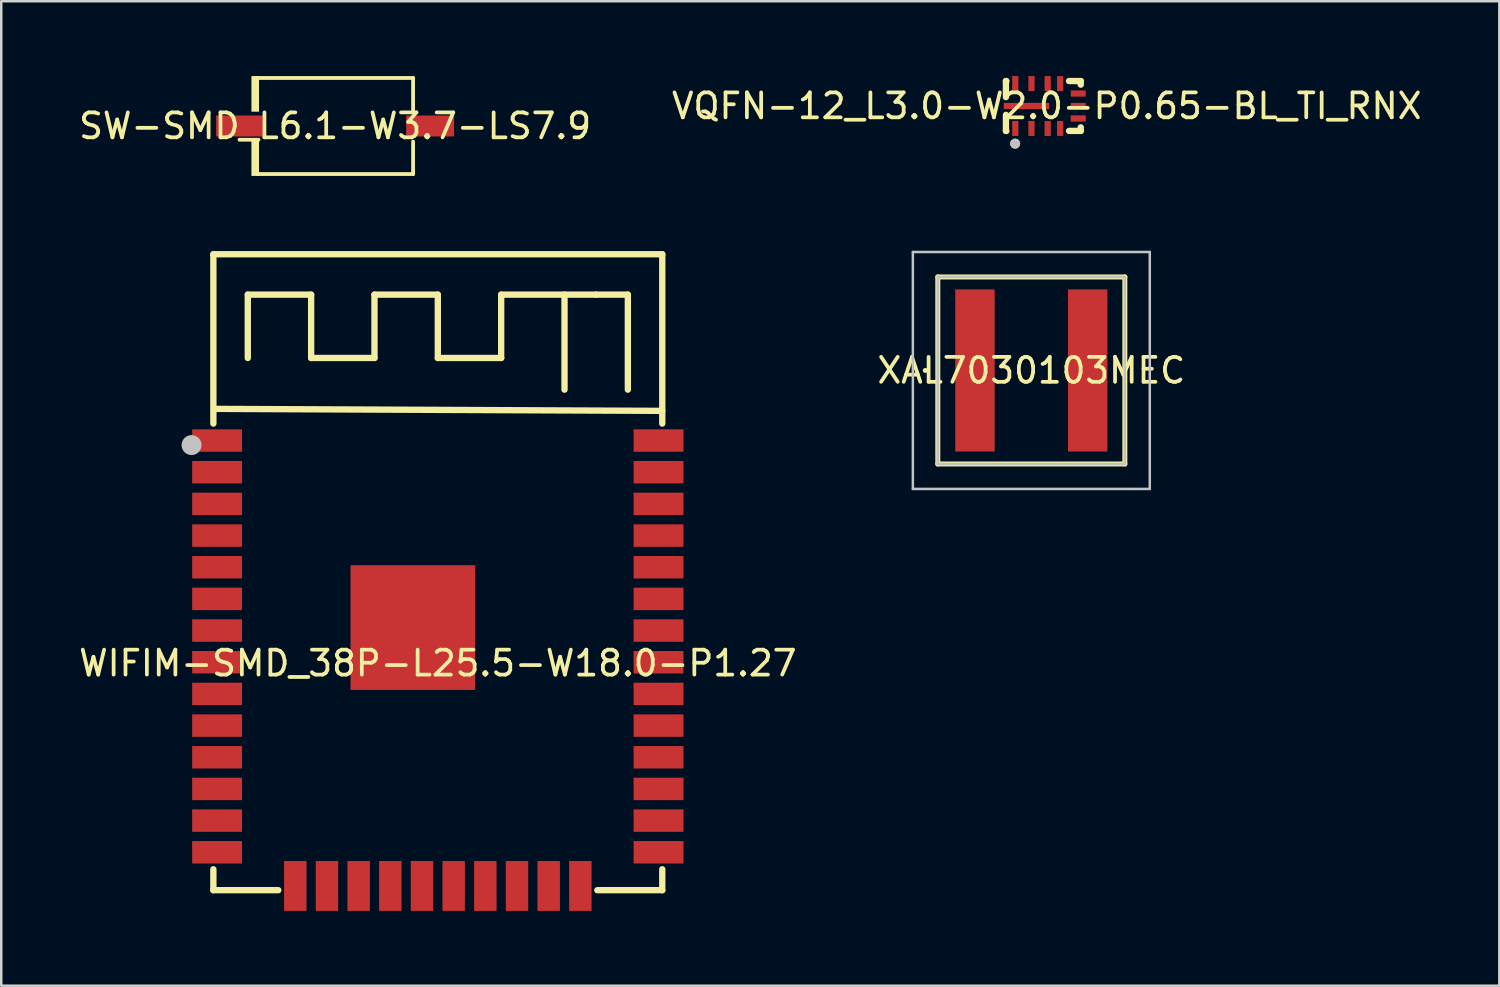
<source format=kicad_pcb>
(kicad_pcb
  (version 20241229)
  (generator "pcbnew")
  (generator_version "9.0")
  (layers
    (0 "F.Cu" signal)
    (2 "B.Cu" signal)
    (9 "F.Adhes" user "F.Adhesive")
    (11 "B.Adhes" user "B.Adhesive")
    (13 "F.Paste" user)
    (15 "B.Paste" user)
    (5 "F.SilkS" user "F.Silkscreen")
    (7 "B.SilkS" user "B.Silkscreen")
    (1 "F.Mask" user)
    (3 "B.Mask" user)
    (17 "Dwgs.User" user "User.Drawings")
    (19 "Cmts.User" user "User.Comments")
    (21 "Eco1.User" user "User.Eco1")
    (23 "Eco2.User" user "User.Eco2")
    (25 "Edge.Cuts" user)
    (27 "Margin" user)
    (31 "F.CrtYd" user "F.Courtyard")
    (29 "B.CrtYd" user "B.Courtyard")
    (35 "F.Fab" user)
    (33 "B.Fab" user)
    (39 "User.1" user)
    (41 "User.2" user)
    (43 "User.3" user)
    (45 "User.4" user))
  (footprint "VQFN-12_L3.0-W2.0-P0.65-BL_TI_RNX"
    (layer "F.Cu")
    (at 38.923 1.2)
    (property "Reference" "VQFN-12_L3.0-W2.0-P0.65-BL_TI_RNX" (at 0 0 0) (layer "F.SilkS") (effects (font (size 1 1) (thickness 0.15))))
    (fp_line (start -1.637 -1) (end -1.619 -1) (stroke (width 0.254) (type default)) (layer "F.SilkS"))
    (fp_line (start -1.637 -0.356) (end -1.637 -1) (stroke (width 0.254) (type default)) (layer "F.SilkS"))
    (fp_line (start -1.637 1) (end -1.637 0.356) (stroke (width 0.254) (type default)) (layer "F.SilkS"))
    (fp_line (start -1.637 1) (end -1.619 1) (stroke (width 0.254) (type default)) (layer "F.SilkS"))
    (fp_line (start 0.893 -1) (end 1.363 -1) (stroke (width 0.254) (type default)) (layer "F.SilkS"))
    (fp_line (start 0.893 1) (end 1.363 1) (stroke (width 0.254) (type default)) (layer "F.SilkS"))
    (fp_line (start 1.363 -1) (end 1.363 -0.856) (stroke (width 0.254) (type default)) (layer "F.SilkS"))
    (fp_line (start 1.363 0.856) (end 1.363 1) (stroke (width 0.254) (type default)) (layer "F.SilkS"))
    (fp_circle (center -1.268 1.51) (end -1.167 1.51) (stroke (width 0.2) (type default)) (fill no) (layer "F.SilkS"))
    (fp_circle (center -1.268 1.51) (end -1.167 1.51) (stroke (width 0.2) (type default)) (fill no) (layer "Dwgs.User"))
    (fp_poly (pts (xy -1.5 0.125) (xy -1.5 -0.125) (xy 0.125 -0.125) (xy 0.125 0.125)) (stroke (width 0.1) (type default)) (fill no) (layer "User.1"))
    (fp_poly (pts (xy -1.387 0.6) (xy -1.137 0.6) (xy -1.137 1) (xy -1.387 1)) (stroke (width 0.1) (type default)) (fill no) (layer "User.1"))
    (fp_poly (pts (xy -1.137 -0.6) (xy -1.387 -0.6) (xy -1.387 -1) (xy -1.137 -1)) (stroke (width 0.1) (type default)) (fill no) (layer "User.1"))
    (fp_poly (pts (xy -0.738 0.6) (xy -0.487 0.6) (xy -0.487 1) (xy -0.738 1)) (stroke (width 0.1) (type default)) (fill no) (layer "User.1"))
    (fp_poly (pts (xy -0.487 -0.6) (xy -0.738 -0.6) (xy -0.738 -1) (xy -0.487 -1)) (stroke (width 0.1) (type default)) (fill no) (layer "User.1"))
    (fp_poly (pts (xy -0.087 0.6) (xy 0.163 0.6) (xy 0.163 1) (xy -0.087 1)) (stroke (width 0.1) (type default)) (fill no) (layer "User.1"))
    (fp_poly (pts (xy 0.163 -0.6) (xy -0.087 -0.6) (xy -0.087 -1) (xy 0.163 -1)) (stroke (width 0.1) (type default)) (fill no) (layer "User.1"))
    (fp_poly (pts (xy 0.412 0.6) (xy 0.662 0.6) (xy 0.662 1) (xy 0.412 1)) (stroke (width 0.1) (type default)) (fill no) (layer "User.1"))
    (fp_poly (pts (xy 0.662 -0.6) (xy 0.412 -0.6) (xy 0.412 -1) (xy 0.662 -1)) (stroke (width 0.1) (type default)) (fill no) (layer "User.1"))
    (fp_poly (pts (xy 1.5 -0.625) (xy 1.5 -0.375) (xy 1.1 -0.375) (xy 1.1 -0.625)) (stroke (width 0.1) (type default)) (fill no) (layer "User.1"))
    (fp_poly (pts (xy 1.5 -0.125) (xy 1.5 0.125) (xy 1.1 0.125) (xy 1.1 -0.125)) (stroke (width 0.1) (type default)) (fill no) (layer "User.1"))
    (fp_poly (pts (xy 1.5 0.375) (xy 1.5 0.625) (xy 1.1 0.625) (xy 1.1 0.375)) (stroke (width 0.1) (type default)) (fill no) (layer "User.1"))
    (fp_line (start -1.5 -1) (end 1.5 -1) (stroke (width 0.051) (type default)) (layer "User.2"))
    (fp_line (start -1.5 1) (end -1.5 -1) (stroke (width 0.051) (type default)) (layer "User.2"))
    (fp_line (start 1.5 -1) (end 1.5 1) (stroke (width 0.051) (type default)) (layer "User.2"))
    (fp_line (start 1.5 1) (end -1.5 1) (stroke (width 0.051) (type default)) (layer "User.2"))
    (fp_poly (pts (xy -1.44 1) (xy -1.458 0.958) (xy -1.5 0.94) (xy -1.542 0.958) (xy -1.56 1) (xy -1.542 1.042) (xy -1.5 1.06) (xy -1.458 1.042)) (stroke (width 0.1) (type default)) (fill no) (layer "User.3"))
    (pad "1" smd rect (at -1.262 0.9) (size 0.25 0.6) (layers "F.Cu" "F.Mask" "F.Paste"))
    (pad "2" smd rect (at -0.613 0.9) (size 0.25 0.6) (layers "F.Cu" "F.Mask" "F.Paste"))
    (pad "3" smd rect (at 0.037 0.9) (size 0.25 0.6) (layers "F.Cu" "F.Mask" "F.Paste"))
    (pad "4" smd rect (at 0.537 0.9) (size 0.25 0.6) (layers "F.Cu" "F.Mask" "F.Paste"))
    (pad "5" smd rect (at 1.262 0.5 90) (size 0.25 0.6) (layers "F.Cu" "F.Mask" "F.Paste"))
    (pad "6" smd rect (at 1.262 0 90) (size 0.25 0.6) (layers "F.Cu" "F.Mask" "F.Paste"))
    (pad "7" smd rect (at 1.262 -0.5 90) (size 0.25 0.6) (layers "F.Cu" "F.Mask" "F.Paste"))
    (pad "8" smd rect (at 0.537 -0.9 180) (size 0.25 0.6) (layers "F.Cu" "F.Mask" "F.Paste"))
    (pad "9" smd rect (at 0.037 -0.9 180) (size 0.25 0.6) (layers "F.Cu" "F.Mask" "F.Paste"))
    (pad "10" smd rect (at -0.613 -0.9 180) (size 0.25 0.6) (layers "F.Cu" "F.Mask" "F.Paste"))
    (pad "11" smd rect (at -1.262 -0.9 180) (size 0.25 0.6) (layers "F.Cu" "F.Mask" "F.Paste"))
    (pad "12" smd rect (at -0.812 0 270) (size 0.25 1.825) (layers "F.Cu" "F.Mask" "F.Paste")))
  (footprint "WIFIM-SMD_38P-L25.5-W18.0-P1.27"
    (layer "F.Cu")
    (at 14.506 23.545)
    (property "Reference" "WIFIM-SMD_38P-L25.5-W18.0-P1.27" (at 0 0 0) (layer "F.SilkS") (effects (font (size 1 1) (thickness 0.15))))
    (fp_line (start -9 -16.4) (end 9 -16.4) (stroke (width 0.254) (type default)) (layer "F.SilkS"))
    (fp_line (start -9 -9.611) (end -9 -16.4) (stroke (width 0.254) (type default)) (layer "F.SilkS"))
    (fp_line (start -9 9.1) (end -9 8.261) (stroke (width 0.254) (type default)) (layer "F.SilkS"))
    (fp_line (start -8.98 -10.2) (end 9 -10.12) (stroke (width 0.254) (type default)) (layer "F.SilkS"))
    (fp_line (start -7.62 -14.78) (end -5.08 -14.78) (stroke (width 0.254) (type default)) (layer "F.SilkS"))
    (fp_line (start -7.62 -12.24) (end -7.62 -14.78) (stroke (width 0.254) (type default)) (layer "F.SilkS"))
    (fp_line (start -6.396 9.1) (end -9 9.1) (stroke (width 0.254) (type default)) (layer "F.SilkS"))
    (fp_line (start -5.08 -14.78) (end -5.08 -12.24) (stroke (width 0.254) (type default)) (layer "F.SilkS"))
    (fp_line (start -5.08 -12.24) (end -2.54 -12.24) (stroke (width 0.254) (type default)) (layer "F.SilkS"))
    (fp_line (start -2.54 -14.78) (end 0 -14.78) (stroke (width 0.254) (type default)) (layer "F.SilkS"))
    (fp_line (start -2.54 -12.24) (end -2.54 -14.78) (stroke (width 0.254) (type default)) (layer "F.SilkS"))
    (fp_line (start 0 -14.78) (end 0 -12.24) (stroke (width 0.254) (type default)) (layer "F.SilkS"))
    (fp_line (start 0 -12.24) (end 2.54 -12.24) (stroke (width 0.254) (type default)) (layer "F.SilkS"))
    (fp_line (start 2.54 -14.78) (end 6.35 -14.78) (stroke (width 0.254) (type default)) (layer "F.SilkS"))
    (fp_line (start 2.54 -12.24) (end 2.54 -14.78) (stroke (width 0.254) (type default)) (layer "F.SilkS"))
    (fp_line (start 5.08 -14.78) (end 5.08 -10.97) (stroke (width 0.254) (type default)) (layer "F.SilkS"))
    (fp_line (start 6.35 -14.78) (end 7.62 -14.78) (stroke (width 0.254) (type default)) (layer "F.SilkS"))
    (fp_line (start 7.62 -14.78) (end 7.62 -10.97) (stroke (width 0.254) (type default)) (layer "F.SilkS"))
    (fp_line (start 9 -16.4) (end 9 -9.611) (stroke (width 0.254) (type default)) (layer "F.SilkS"))
    (fp_line (start 9 8.261) (end 9 9.1) (stroke (width 0.254) (type default)) (layer "F.SilkS"))
    (fp_line (start 9 9.1) (end 6.396 9.1) (stroke (width 0.254) (type default)) (layer "F.SilkS"))
    (fp_circle (center -9.875 -8.748) (end -9.675 -8.748) (stroke (width 0.4) (type default)) (fill no) (layer "Dwgs.User"))
    (fp_poly (pts (xy -8.1 -8.505) (xy -9 -8.505) (xy -9 -9.355) (xy -8.1 -9.355)) (stroke (width 0.1) (type default)) (fill no) (layer "User.1"))
    (fp_poly (pts (xy -8.1 -7.235) (xy -9 -7.235) (xy -9 -8.085) (xy -8.1 -8.085)) (stroke (width 0.1) (type default)) (fill no) (layer "User.1"))
    (fp_poly (pts (xy -8.1 -5.965) (xy -9 -5.965) (xy -9 -6.815) (xy -8.1 -6.815)) (stroke (width 0.1) (type default)) (fill no) (layer "User.1"))
    (fp_poly (pts (xy -8.1 -4.695) (xy -9 -4.695) (xy -9 -5.545) (xy -8.1 -5.545)) (stroke (width 0.1) (type default)) (fill no) (layer "User.1"))
    (fp_poly (pts (xy -8.1 -3.425) (xy -9 -3.425) (xy -9 -4.275) (xy -8.1 -4.275)) (stroke (width 0.1) (type default)) (fill no) (layer "User.1"))
    (fp_poly (pts (xy -8.1 -2.155) (xy -9 -2.155) (xy -9 -3.005) (xy -8.1 -3.005)) (stroke (width 0.1) (type default)) (fill no) (layer "User.1"))
    (fp_poly (pts (xy -8.1 -0.885) (xy -9 -0.885) (xy -9 -1.735) (xy -8.1 -1.735)) (stroke (width 0.1) (type default)) (fill no) (layer "User.1"))
    (fp_poly (pts (xy -8.1 0.385) (xy -9 0.385) (xy -9 -0.465) (xy -8.1 -0.465)) (stroke (width 0.1) (type default)) (fill no) (layer "User.1"))
    (fp_poly (pts (xy -8.1 1.655) (xy -9 1.655) (xy -9 0.805) (xy -8.1 0.805)) (stroke (width 0.1) (type default)) (fill no) (layer "User.1"))
    (fp_poly (pts (xy -8.1 2.925) (xy -9 2.925) (xy -9 2.075) (xy -8.1 2.075)) (stroke (width 0.1) (type default)) (fill no) (layer "User.1"))
    (fp_poly (pts (xy -8.1 4.195) (xy -9 4.195) (xy -9 3.345) (xy -8.1 3.345)) (stroke (width 0.1) (type default)) (fill no) (layer "User.1"))
    (fp_poly (pts (xy -8.1 5.465) (xy -9 5.465) (xy -9 4.615) (xy -8.1 4.615)) (stroke (width 0.1) (type default)) (fill no) (layer "User.1"))
    (fp_poly (pts (xy -8.1 6.735) (xy -9 6.735) (xy -9 5.885) (xy -8.1 5.885)) (stroke (width 0.1) (type default)) (fill no) (layer "User.1"))
    (fp_poly (pts (xy -8.1 8.005) (xy -9 8.005) (xy -9 7.155) (xy -8.1 7.155)) (stroke (width 0.1) (type default)) (fill no) (layer "User.1"))
    (fp_poly (pts (xy -6.14 9.07) (xy -6.14 8.17) (xy -5.29 8.17) (xy -5.29 9.07)) (stroke (width 0.1) (type default)) (fill no) (layer "User.1"))
    (fp_poly (pts (xy -4.87 9.07) (xy -4.87 8.17) (xy -4.02 8.17) (xy -4.02 9.07)) (stroke (width 0.1) (type default)) (fill no) (layer "User.1"))
    (fp_poly (pts (xy -3.6 9.07) (xy -3.6 8.17) (xy -2.75 8.17) (xy -2.75 9.07)) (stroke (width 0.1) (type default)) (fill no) (layer "User.1"))
    (fp_poly (pts (xy -2.33 9.07) (xy -2.33 8.17) (xy -1.48 8.17) (xy -1.48 9.07)) (stroke (width 0.1) (type default)) (fill no) (layer "User.1"))
    (fp_poly (pts (xy -1.06 9.07) (xy -1.06 8.17) (xy -0.21 8.17) (xy -0.21 9.07)) (stroke (width 0.1) (type default)) (fill no) (layer "User.1"))
    (fp_poly (pts (xy 0.21 9.07) (xy 0.21 8.17) (xy 1.06 8.17) (xy 1.06 9.07)) (stroke (width 0.1) (type default)) (fill no) (layer "User.1"))
    (fp_poly (pts (xy 1.5 1.07) (xy -3.5 1.07) (xy -3.5 -3.93) (xy 1.5 -3.93)) (stroke (width 0.1) (type default)) (fill no) (layer "User.1"))
    (fp_poly (pts (xy 2.33 8.17) (xy 2.33 9.07) (xy 1.48 9.07) (xy 1.48 8.17)) (stroke (width 0.1) (type default)) (fill no) (layer "User.1"))
    (fp_poly (pts (xy 3.6 8.17) (xy 3.6 9.07) (xy 2.75 9.07) (xy 2.75 8.17)) (stroke (width 0.1) (type default)) (fill no) (layer "User.1"))
    (fp_poly (pts (xy 4.87 8.17) (xy 4.87 9.07) (xy 4.02 9.07) (xy 4.02 8.17)) (stroke (width 0.1) (type default)) (fill no) (layer "User.1"))
    (fp_poly (pts (xy 6.14 8.17) (xy 6.14 9.07) (xy 5.29 9.07) (xy 5.29 8.17)) (stroke (width 0.1) (type default)) (fill no) (layer "User.1"))
    (fp_poly (pts (xy 9 -8.505) (xy 8.1 -8.505) (xy 8.1 -9.355) (xy 9 -9.355)) (stroke (width 0.1) (type default)) (fill no) (layer "User.1"))
    (fp_poly (pts (xy 9 -7.235) (xy 8.1 -7.235) (xy 8.1 -8.085) (xy 9 -8.085)) (stroke (width 0.1) (type default)) (fill no) (layer "User.1"))
    (fp_poly (pts (xy 9 -5.965) (xy 8.1 -5.965) (xy 8.1 -6.815) (xy 9 -6.815)) (stroke (width 0.1) (type default)) (fill no) (layer "User.1"))
    (fp_poly (pts (xy 9 -4.695) (xy 8.1 -4.695) (xy 8.1 -5.545) (xy 9 -5.545)) (stroke (width 0.1) (type default)) (fill no) (layer "User.1"))
    (fp_poly (pts (xy 9 -3.425) (xy 8.1 -3.425) (xy 8.1 -4.275) (xy 9 -4.275)) (stroke (width 0.1) (type default)) (fill no) (layer "User.1"))
    (fp_poly (pts (xy 9 -2.155) (xy 8.1 -2.155) (xy 8.1 -3.005) (xy 9 -3.005)) (stroke (width 0.1) (type default)) (fill no) (layer "User.1"))
    (fp_poly (pts (xy 9 -0.885) (xy 8.1 -0.885) (xy 8.1 -1.735) (xy 9 -1.735)) (stroke (width 0.1) (type default)) (fill no) (layer "User.1"))
    (fp_poly (pts (xy 9 0.385) (xy 8.1 0.385) (xy 8.1 -0.465) (xy 9 -0.465)) (stroke (width 0.1) (type default)) (fill no) (layer "User.1"))
    (fp_poly (pts (xy 9 1.655) (xy 8.1 1.655) (xy 8.1 0.805) (xy 9 0.805)) (stroke (width 0.1) (type default)) (fill no) (layer "User.1"))
    (fp_poly (pts (xy 9 2.925) (xy 8.1 2.925) (xy 8.1 2.075) (xy 9 2.075)) (stroke (width 0.1) (type default)) (fill no) (layer "User.1"))
    (fp_poly (pts (xy 9 4.195) (xy 8.1 4.195) (xy 8.1 3.345) (xy 9 3.345)) (stroke (width 0.1) (type default)) (fill no) (layer "User.1"))
    (fp_poly (pts (xy 9 5.465) (xy 8.1 5.465) (xy 8.1 4.615) (xy 9 4.615)) (stroke (width 0.1) (type default)) (fill no) (layer "User.1"))
    (fp_poly (pts (xy 9 6.735) (xy 8.1 6.735) (xy 8.1 5.885) (xy 9 5.885)) (stroke (width 0.1) (type default)) (fill no) (layer "User.1"))
    (fp_poly (pts (xy 9 8.005) (xy 8.1 8.005) (xy 8.1 7.155) (xy 9 7.155)) (stroke (width 0.1) (type default)) (fill no) (layer "User.1"))
    (fp_line (start -9 -16.43) (end 9 -16.43) (stroke (width 0.051) (type default)) (layer "User.2"))
    (fp_line (start -9 9.07) (end -9 -16.43) (stroke (width 0.051) (type default)) (layer "User.2"))
    (fp_line (start 9 -16.43) (end 9 9.07) (stroke (width 0.051) (type default)) (layer "User.2"))
    (fp_line (start 9 9.07) (end -9 9.07) (stroke (width 0.051) (type default)) (layer "User.2"))
    (fp_poly (pts (xy -8.94 -16.43) (xy -8.958 -16.472) (xy -9 -16.49) (xy -9.042 -16.472) (xy -9.06 -16.43) (xy -9.042 -16.388) (xy -9 -16.37) (xy -8.958 -16.388)) (stroke (width 0.1) (type default)) (fill no) (layer "User.3"))
    (pad "1" smd rect (at -8.85 -8.93) (size 2 0.9) (layers "F.Cu" "F.Mask" "F.Paste"))
    (pad "2" smd rect (at -8.85 -7.66) (size 2 0.9) (layers "F.Cu" "F.Mask" "F.Paste"))
    (pad "3" smd rect (at -8.85 -6.39) (size 2 0.9) (layers "F.Cu" "F.Mask" "F.Paste"))
    (pad "4" smd rect (at -8.85 -5.12) (size 2 0.9) (layers "F.Cu" "F.Mask" "F.Paste"))
    (pad "5" smd rect (at -8.85 -3.85) (size 2 0.9) (layers "F.Cu" "F.Mask" "F.Paste"))
    (pad "6" smd rect (at -8.85 -2.58) (size 2 0.9) (layers "F.Cu" "F.Mask" "F.Paste"))
    (pad "7" smd rect (at -8.85 -1.31) (size 2 0.9) (layers "F.Cu" "F.Mask" "F.Paste"))
    (pad "8" smd rect (at -8.85 -0.04) (size 2 0.9) (layers "F.Cu" "F.Mask" "F.Paste"))
    (pad "9" smd rect (at -8.85 1.23) (size 2 0.9) (layers "F.Cu" "F.Mask" "F.Paste"))
    (pad "10" smd rect (at -8.85 2.5) (size 2 0.9) (layers "F.Cu" "F.Mask" "F.Paste"))
    (pad "11" smd rect (at -8.85 3.77) (size 2 0.9) (layers "F.Cu" "F.Mask" "F.Paste"))
    (pad "12" smd rect (at -8.85 5.04) (size 2 0.9) (layers "F.Cu" "F.Mask" "F.Paste"))
    (pad "13" smd rect (at -8.85 6.31) (size 2 0.9) (layers "F.Cu" "F.Mask" "F.Paste"))
    (pad "14" smd rect (at -8.85 7.58) (size 2 0.9) (layers "F.Cu" "F.Mask" "F.Paste"))
    (pad "15" smd rect (at -5.715 8.93) (size 0.9 2) (layers "F.Cu" "F.Mask" "F.Paste"))
    (pad "16" smd rect (at -4.445 8.93) (size 0.9 2) (layers "F.Cu" "F.Mask" "F.Paste"))
    (pad "17" smd rect (at -3.175 8.93) (size 0.9 2) (layers "F.Cu" "F.Mask" "F.Paste"))
    (pad "18" smd rect (at -1.905 8.93) (size 0.9 2) (layers "F.Cu" "F.Mask" "F.Paste"))
    (pad "19" smd rect (at -0.635 8.93) (size 0.9 2) (layers "F.Cu" "F.Mask" "F.Paste"))
    (pad "20" smd rect (at 0.635 8.93) (size 0.9 2) (layers "F.Cu" "F.Mask" "F.Paste"))
    (pad "21" smd rect (at 1.905 8.93) (size 0.9 2) (layers "F.Cu" "F.Mask" "F.Paste"))
    (pad "22" smd rect (at 3.175 8.93) (size 0.9 2) (layers "F.Cu" "F.Mask" "F.Paste"))
    (pad "23" smd rect (at 4.445 8.93) (size 0.9 2) (layers "F.Cu" "F.Mask" "F.Paste"))
    (pad "24" smd rect (at 5.715 8.93) (size 0.9 2) (layers "F.Cu" "F.Mask" "F.Paste"))
    (pad "25" smd rect (at 8.85 7.58) (size 2 0.9) (layers "F.Cu" "F.Mask" "F.Paste"))
    (pad "26" smd rect (at 8.85 6.31) (size 2 0.9) (layers "F.Cu" "F.Mask" "F.Paste"))
    (pad "27" smd rect (at 8.85 5.04) (size 2 0.9) (layers "F.Cu" "F.Mask" "F.Paste"))
    (pad "28" smd rect (at 8.85 3.77) (size 2 0.9) (layers "F.Cu" "F.Mask" "F.Paste"))
    (pad "29" smd rect (at 8.85 2.5) (size 2 0.9) (layers "F.Cu" "F.Mask" "F.Paste"))
    (pad "30" smd rect (at 8.85 1.23) (size 2 0.9) (layers "F.Cu" "F.Mask" "F.Paste"))
    (pad "31" smd rect (at 8.85 -0.04) (size 2 0.9) (layers "F.Cu" "F.Mask" "F.Paste"))
    (pad "32" smd rect (at 8.85 -1.31) (size 2 0.9) (layers "F.Cu" "F.Mask" "F.Paste"))
    (pad "33" smd rect (at 8.85 -2.58) (size 2 0.9) (layers "F.Cu" "F.Mask" "F.Paste"))
    (pad "34" smd rect (at 8.85 -3.85) (size 2 0.9) (layers "F.Cu" "F.Mask" "F.Paste"))
    (pad "35" smd rect (at 8.85 -5.12) (size 2 0.9) (layers "F.Cu" "F.Mask" "F.Paste"))
    (pad "36" smd rect (at 8.85 -6.39) (size 2 0.9) (layers "F.Cu" "F.Mask" "F.Paste"))
    (pad "37" smd rect (at 8.85 -7.66) (size 2 0.9) (layers "F.Cu" "F.Mask" "F.Paste"))
    (pad "38" smd rect (at 8.85 -8.93) (size 2 0.9) (layers "F.Cu" "F.Mask" "F.Paste"))
    (pad "39" smd rect (at -1 -1.43 180) (size 5 5) (layers "F.Cu" "F.Mask" "F.Paste")))
  (footprint "SW-SMD_L6.1-W3.7-LS7.9"
    (layer "F.Cu")
    (at 10.387 2.002)
    (property "Reference" "SW-SMD_L6.1-W3.7-LS7.9" (at 0 0 0) (layer "F.SilkS") (effects (font (size 1 1) (thickness 0.15))))
    (fp_line (start -3.126 -1.926) (end 3.127 -1.926) (stroke (width 0.152) (type default)) (layer "F.SilkS"))
    (fp_line (start -3.126 1.927) (end 3.127 1.927) (stroke (width 0.152) (type default)) (layer "F.SilkS"))
    (fp_line (start 3.127 -1.926) (end 3.127 -0.623) (stroke (width 0.152) (type default)) (layer "F.SilkS"))
    (fp_line (start 3.127 1.927) (end 3.127 0.624) (stroke (width 0.152) (type default)) (layer "F.SilkS"))
    (fp_poly (pts (xy -3.05 -2.002) (xy -3.05 -0.573) (xy -3.355 -0.573) (xy -3.355 -2.002)) (stroke (width 0) (type default)) (fill yes) (layer "F.SilkS"))
    (fp_poly (pts (xy -3.05 2.002) (xy -3.05 0.573) (xy -3.355 0.573) (xy -3.355 2.002)) (stroke (width 0) (type default)) (fill yes) (layer "F.SilkS"))
    (fp_poly (pts (xy -4.05 0.3) (xy -4.05 -0.3) (xy -2.85 -0.3) (xy -2.85 0.3)) (stroke (width 0.1) (type default)) (fill no) (layer "User.1"))
    (fp_poly (pts (xy 4.05 0.3) (xy 4.05 -0.3) (xy 2.85 -0.3) (xy 2.85 0.3)) (stroke (width 0.1) (type default)) (fill no) (layer "User.1"))
    (fp_line (start -3.05 -1.85) (end 3.05 -1.85) (stroke (width 0.051) (type default)) (layer "User.2"))
    (fp_line (start -3.05 1.85) (end -3.05 -1.85) (stroke (width 0.051) (type default)) (layer "User.2"))
    (fp_line (start 3.05 -1.85) (end 3.05 1.85) (stroke (width 0.051) (type default)) (layer "User.2"))
    (fp_line (start 3.05 1.85) (end -3.05 1.85) (stroke (width 0.051) (type default)) (layer "User.2"))
    (fp_poly (pts (xy -3.99 1.85) (xy -4.008 1.808) (xy -4.05 1.79) (xy -4.092 1.808) (xy -4.11 1.85) (xy -4.092 1.892) (xy -4.05 1.91) (xy -4.008 1.892)) (stroke (width 0.1) (type default)) (fill no) (layer "User.3"))
    (pad "1" smd rect (at 3.81 0 90) (size 0.84 1.92) (layers "F.Cu" "F.Mask" "F.Paste"))
    (pad "2" smd rect (at -3.81 0 90) (size 0.84 1.92) (layers "F.Cu" "F.Mask" "F.Paste")))
  (footprint "XAL7030103MEC"
    (layer "F.Cu")
    (at 38.304 11.805)
    (property "Reference" "XAL7030103MEC" (at 0 0 0) (layer "F.SilkS") (effects (font (size 1 1) (thickness 0.15))))
    (fp_line (start -3.75 -3.75) (end 3.75 -3.75) (stroke (width 0.2) (type default)) (layer "F.SilkS"))
    (fp_line (start -3.75 3.75) (end -3.75 -3.75) (stroke (width 0.2) (type default)) (layer "F.SilkS"))
    (fp_line (start 3.75 -3.75) (end 3.75 3.75) (stroke (width 0.2) (type default)) (layer "F.SilkS"))
    (fp_line (start 3.75 3.75) (end -3.75 3.75) (stroke (width 0.2) (type default)) (layer "F.SilkS"))
    (fp_arc (start -4.3 0) (mid -4.25 -0.05) (end -4.2 0) (stroke (width 0.1) (type default)) (layer "F.SilkS"))
    (fp_arc (start -4.2 0) (mid -4.25 0.05) (end -4.3 0) (stroke (width 0.1) (type default)) (layer "F.SilkS"))
    (fp_line (start -4.75 -4.75) (end 4.75 -4.75) (stroke (width 0.1) (type default)) (layer "Dwgs.User"))
    (fp_line (start -4.75 4.75) (end -4.75 -4.75) (stroke (width 0.1) (type default)) (layer "Dwgs.User"))
    (fp_line (start -3.75 -3.75) (end -3.75 3.75) (stroke (width 0.1) (type default)) (layer "Dwgs.User"))
    (fp_line (start -3.75 3.75) (end 3.75 3.75) (stroke (width 0.1) (type default)) (layer "Dwgs.User"))
    (fp_line (start 3.75 -3.75) (end -3.75 -3.75) (stroke (width 0.1) (type default)) (layer "Dwgs.User"))
    (fp_line (start 3.75 3.75) (end 3.75 -3.75) (stroke (width 0.1) (type default)) (layer "Dwgs.User"))
    (fp_line (start 4.75 -4.75) (end 4.75 4.75) (stroke (width 0.1) (type default)) (layer "Dwgs.User"))
    (fp_line (start 4.75 4.75) (end -4.75 4.75) (stroke (width 0.1) (type default)) (layer "Dwgs.User"))
    (pad "1" smd rect (at -2.26 0 90) (size 6.5 1.58) (layers "F.Cu" "F.Mask" "F.Paste"))
    (pad "2" smd rect (at 2.26 0 90) (size 6.5 1.58) (layers "F.Cu" "F.Mask" "F.Paste")))
  (gr_rect
    (start -3 -3)
    (end 57.071 36.475)
    (stroke (width 0.1) (type default))
    (fill no)
    (layer "Edge.Cuts")))
</source>
